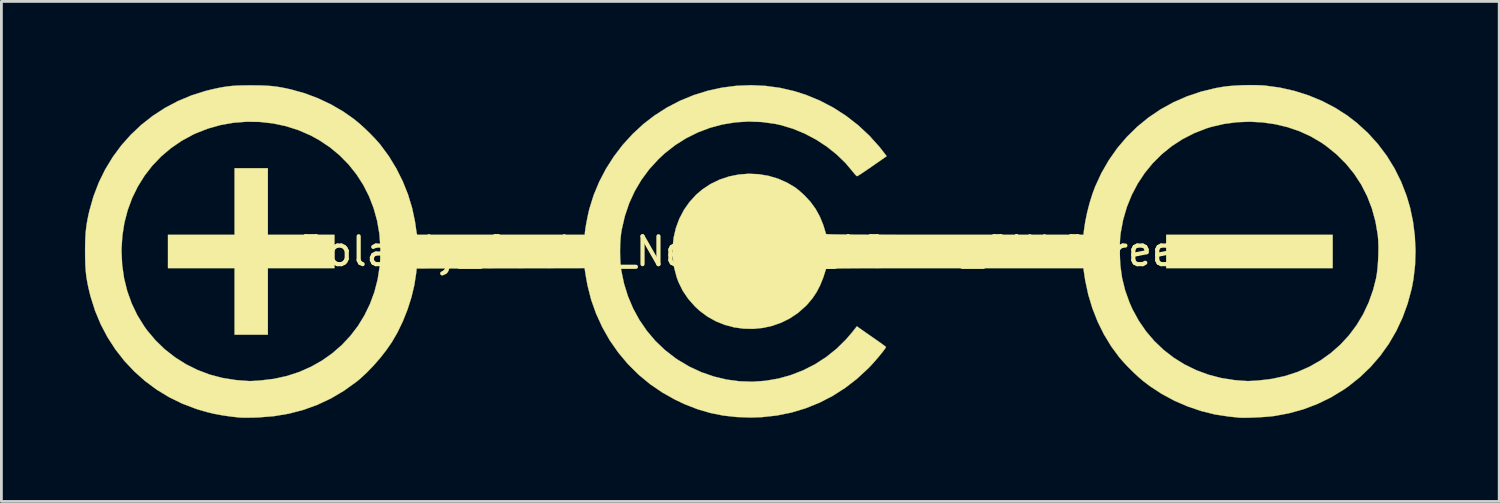
<source format=kicad_pcb>
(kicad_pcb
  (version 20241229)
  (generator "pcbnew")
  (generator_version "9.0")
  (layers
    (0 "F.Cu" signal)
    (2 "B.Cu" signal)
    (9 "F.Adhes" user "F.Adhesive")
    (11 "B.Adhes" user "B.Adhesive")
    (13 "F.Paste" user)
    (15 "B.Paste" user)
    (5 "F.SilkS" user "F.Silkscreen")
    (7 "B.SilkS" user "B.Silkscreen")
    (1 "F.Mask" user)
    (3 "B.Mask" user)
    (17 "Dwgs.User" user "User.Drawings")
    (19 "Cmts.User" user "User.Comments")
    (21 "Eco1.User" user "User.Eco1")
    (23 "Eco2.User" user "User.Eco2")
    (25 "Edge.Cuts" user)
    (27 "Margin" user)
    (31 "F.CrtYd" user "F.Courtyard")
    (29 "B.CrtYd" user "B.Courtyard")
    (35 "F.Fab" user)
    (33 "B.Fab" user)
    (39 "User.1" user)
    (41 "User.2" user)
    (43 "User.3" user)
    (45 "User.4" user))
  (footprint "Polarity_Center_Negative_12mm_SilkScreen"
    (layer "F.Cu")
    (at 23.873 5.977)
    (property "Reference" "Polarity_Center_Negative_12mm_SilkScreen" (at 0 0 0) (layer "F.SilkS") (effects (font (size 1 1) (thickness 0.15))))
    (attr exclude_from_pos_files exclude_from_bom allow_missing_courtyard)
    (fp_poly (pts (xy 20.918 0.598) (xy 14.941 0.598) (xy 14.941 -0.598) (xy 20.918 -0.598) (xy 20.918 0.598)) (stroke (width 0.01) (type solid)) (fill yes) (layer "F.SilkS"))
    (fp_poly (pts (xy -17.307 -0.598) (xy -14.916 -0.598) (xy -14.916 0.598) (xy -17.307 0.598) (xy -17.307 2.988) (xy -18.502 2.988) (xy -18.502 0.598) (xy -20.893 0.598) (xy -20.893 -0.598) (xy -18.502 -0.598) (xy -18.502 -2.988) (xy -17.307 -2.988) (xy -17.307 -0.598)) (stroke (width 0.01) (type solid)) (fill yes) (layer "F.SilkS"))
    (fp_poly (pts (xy 18.17 -5.97) (xy 18.386 -5.962) (xy 18.491 -5.954) (xy 19.023 -5.882) (xy 19.544 -5.764) (xy 20.051 -5.603) (xy 20.539 -5.401) (xy 21.004 -5.159) (xy 21.441 -4.88) (xy 21.789 -4.612) (xy 22.184 -4.251) (xy 22.541 -3.857) (xy 22.86 -3.433) (xy 23.138 -2.981) (xy 23.375 -2.504) (xy 23.569 -2.004) (xy 23.695 -1.581) (xy 23.801 -1.077) (xy 23.867 -0.558) (xy 23.892 -0.035) (xy 23.876 0.485) (xy 23.818 0.993) (xy 23.755 1.329) (xy 23.612 1.862) (xy 23.427 2.371) (xy 23.201 2.855) (xy 22.934 3.313) (xy 22.628 3.742) (xy 22.284 4.14) (xy 21.904 4.506) (xy 21.488 4.838) (xy 21.313 4.96) (xy 20.854 5.239) (xy 20.374 5.473) (xy 19.874 5.663) (xy 19.351 5.808) (xy 18.844 5.903) (xy 18.716 5.919) (xy 18.558 5.933) (xy 18.381 5.946) (xy 18.195 5.956) (xy 18.011 5.964) (xy 17.839 5.968) (xy 17.69 5.969) (xy 17.575 5.966) (xy 17.531 5.962) (xy 17.469 5.955) (xy 17.373 5.945) (xy 17.258 5.933) (xy 17.182 5.925) (xy 16.69 5.85) (xy 16.198 5.728) (xy 15.711 5.563) (xy 15.238 5.358) (xy 14.786 5.116) (xy 14.362 4.839) (xy 14.107 4.644) (xy 13.944 4.504) (xy 13.766 4.338) (xy 13.586 4.16) (xy 13.418 3.982) (xy 13.274 3.818) (xy 13.257 3.798) (xy 12.967 3.405) (xy 12.707 2.977) (xy 12.482 2.521) (xy 12.293 2.041) (xy 12.143 1.544) (xy 12.035 1.036) (xy 12.014 0.903) (xy 11.969 0.598) (xy 7.353 0.598) (xy 6.77 0.598) (xy 6.235 0.598) (xy 5.746 0.598) (xy 5.301 0.599) (xy 4.899 0.599) (xy 4.538 0.6) (xy 4.215 0.601) (xy 3.93 0.602) (xy 3.681 0.604) (xy 3.465 0.605) (xy 3.28 0.607) (xy 3.126 0.61) (xy 3 0.612) (xy 2.9 0.615) (xy 2.825 0.618) (xy 2.773 0.621) (xy 2.741 0.624) (xy 2.729 0.628) (xy 2.729 0.629) (xy 2.628 0.944) (xy 2.517 1.218) (xy 2.391 1.46) (xy 2.244 1.68) (xy 2.071 1.887) (xy 1.993 1.968) (xy 1.725 2.205) (xy 1.433 2.401) (xy 1.122 2.556) (xy 0.795 2.671) (xy 0.458 2.745) (xy 0.116 2.778) (xy -0.229 2.771) (xy -0.57 2.724) (xy -0.903 2.635) (xy -1.224 2.506) (xy -1.528 2.337) (xy -1.811 2.126) (xy -1.975 1.974) (xy -2.217 1.7) (xy -2.413 1.411) (xy -2.565 1.102) (xy -2.627 0.936) (xy -2.723 0.576) (xy -2.773 0.214) (xy -2.776 0.009) (xy 13.273 0.009) (xy 13.294 0.49) (xy 13.358 0.95) (xy 13.467 1.394) (xy 13.621 1.827) (xy 13.733 2.079) (xy 13.958 2.49) (xy 14.221 2.871) (xy 14.519 3.22) (xy 14.85 3.535) (xy 15.211 3.814) (xy 15.6 4.056) (xy 16.013 4.259) (xy 16.449 4.421) (xy 16.905 4.541) (xy 17.378 4.617) (xy 17.655 4.64) (xy 17.745 4.645) (xy 17.824 4.65) (xy 17.855 4.652) (xy 17.902 4.652) (xy 17.988 4.648) (xy 18.1 4.642) (xy 18.229 4.634) (xy 18.257 4.632) (xy 18.746 4.573) (xy 19.215 4.47) (xy 19.663 4.324) (xy 20.086 4.137) (xy 20.484 3.91) (xy 20.853 3.647) (xy 21.193 3.347) (xy 21.501 3.014) (xy 21.775 2.648) (xy 22.013 2.252) (xy 22.212 1.828) (xy 22.372 1.376) (xy 22.475 0.971) (xy 22.507 0.784) (xy 22.532 0.562) (xy 22.549 0.318) (xy 22.559 0.066) (xy 22.561 -0.18) (xy 22.553 -0.406) (xy 22.538 -0.591) (xy 22.454 -1.078) (xy 22.327 -1.543) (xy 22.156 -1.985) (xy 21.943 -2.401) (xy 21.689 -2.79) (xy 21.394 -3.152) (xy 21.059 -3.485) (xy 20.684 -3.788) (xy 20.519 -3.903) (xy 20.138 -4.128) (xy 19.731 -4.315) (xy 19.302 -4.462) (xy 18.857 -4.568) (xy 18.401 -4.634) (xy 17.938 -4.658) (xy 17.475 -4.64) (xy 17.016 -4.578) (xy 16.567 -4.474) (xy 16.385 -4.418) (xy 15.943 -4.245) (xy 15.527 -4.032) (xy 15.141 -3.781) (xy 14.785 -3.493) (xy 14.461 -3.172) (xy 14.172 -2.819) (xy 13.919 -2.437) (xy 13.704 -2.028) (xy 13.529 -1.595) (xy 13.396 -1.139) (xy 13.307 -0.664) (xy 13.299 -0.598) (xy 13.289 -0.496) (xy 13.282 -0.359) (xy 13.276 -0.204) (xy 13.273 -0.045) (xy 13.273 0.009) (xy -2.776 0.009) (xy -2.778 -0.146) (xy -2.739 -0.501) (xy -2.658 -0.846) (xy -2.535 -1.176) (xy -2.373 -1.487) (xy -2.171 -1.775) (xy -1.932 -2.036) (xy -1.711 -2.225) (xy -1.411 -2.423) (xy -1.091 -2.578) (xy -0.754 -2.691) (xy -0.405 -2.761) (xy -0.05 -2.789) (xy 0.306 -2.774) (xy 0.658 -2.716) (xy 1.002 -2.615) (xy 1.332 -2.47) (xy 1.606 -2.308) (xy 1.688 -2.247) (xy 1.79 -2.163) (xy 1.896 -2.069) (xy 1.961 -2.009) (xy 2.176 -1.776) (xy 2.357 -1.526) (xy 2.508 -1.252) (xy 2.633 -0.946) (xy 2.729 -0.629) (xy 2.739 -0.625) (xy 2.768 -0.621) (xy 2.818 -0.618) (xy 2.89 -0.615) (xy 2.987 -0.612) (xy 3.11 -0.61) (xy 3.26 -0.608) (xy 3.441 -0.606) (xy 3.653 -0.604) (xy 3.898 -0.603) (xy 4.179 -0.601) (xy 4.497 -0.6) (xy 4.853 -0.599) (xy 5.25 -0.599) (xy 5.689 -0.598) (xy 6.173 -0.598) (xy 6.702 -0.598) (xy 7.279 -0.598) (xy 7.355 -0.598) (xy 11.973 -0.598) (xy 11.99 -0.753) (xy 12.036 -1.066) (xy 12.105 -1.401) (xy 12.193 -1.741) (xy 12.295 -2.068) (xy 12.391 -2.326) (xy 12.618 -2.817) (xy 12.884 -3.278) (xy 13.187 -3.71) (xy 13.526 -4.108) (xy 13.898 -4.473) (xy 14.301 -4.803) (xy 14.733 -5.096) (xy 15.193 -5.35) (xy 15.678 -5.563) (xy 16.186 -5.735) (xy 16.715 -5.864) (xy 17.017 -5.916) (xy 17.208 -5.938) (xy 17.433 -5.955) (xy 17.679 -5.967) (xy 17.929 -5.972) (xy 18.17 -5.97)) (stroke (width 0.01) (type solid)) (fill yes) (layer "F.SilkS"))
    (fp_poly (pts (xy 0.563 -5.943) (xy 1.084 -5.872) (xy 1.598 -5.753) (xy 2.005 -5.623) (xy 2.511 -5.414) (xy 2.995 -5.161) (xy 3.453 -4.866) (xy 3.884 -4.531) (xy 4.284 -4.158) (xy 4.652 -3.749) (xy 4.839 -3.509) (xy 4.905 -3.42) (xy 4.39 -3.061) (xy 4.248 -2.963) (xy 4.118 -2.875) (xy 4.007 -2.801) (xy 3.921 -2.745) (xy 3.864 -2.711) (xy 3.845 -2.702) (xy 3.816 -2.72) (xy 3.769 -2.769) (xy 3.715 -2.836) (xy 3.432 -3.173) (xy 3.11 -3.484) (xy 2.755 -3.767) (xy 2.373 -4.017) (xy 1.97 -4.23) (xy 1.552 -4.403) (xy 1.124 -4.533) (xy 0.906 -4.581) (xy 0.43 -4.647) (xy -0.046 -4.665) (xy -0.516 -4.636) (xy -0.979 -4.561) (xy -1.43 -4.441) (xy -1.867 -4.276) (xy -2.285 -4.069) (xy -2.682 -3.819) (xy -3.054 -3.529) (xy -3.287 -3.312) (xy -3.616 -2.952) (xy -3.9 -2.567) (xy -4.141 -2.159) (xy -4.338 -1.727) (xy -4.492 -1.27) (xy -4.603 -0.789) (xy -4.623 -0.672) (xy -4.645 -0.48) (xy -4.659 -0.256) (xy -4.664 -0.015) (xy -4.66 0.227) (xy -4.647 0.454) (xy -4.626 0.65) (xy -4.623 0.669) (xy -4.523 1.15) (xy -4.38 1.611) (xy -4.194 2.05) (xy -3.967 2.464) (xy -3.701 2.851) (xy -3.398 3.209) (xy -3.059 3.534) (xy -2.685 3.824) (xy -2.59 3.889) (xy -2.174 4.135) (xy -1.742 4.336) (xy -1.295 4.49) (xy -0.839 4.599) (xy -0.375 4.661) (xy 0.093 4.676) (xy 0.561 4.643) (xy 1.027 4.562) (xy 1.455 4.443) (xy 1.906 4.269) (xy 2.334 4.051) (xy 2.735 3.792) (xy 3.108 3.494) (xy 3.449 3.158) (xy 3.654 2.919) (xy 3.839 2.687) (xy 3.955 2.771) (xy 4.013 2.811) (xy 4.102 2.874) (xy 4.215 2.953) (xy 4.343 3.042) (xy 4.476 3.134) (xy 4.6 3.221) (xy 4.709 3.298) (xy 4.796 3.362) (xy 4.855 3.407) (xy 4.88 3.429) (xy 4.881 3.43) (xy 4.865 3.464) (xy 4.821 3.528) (xy 4.754 3.615) (xy 4.671 3.718) (xy 4.577 3.831) (xy 4.477 3.946) (xy 4.377 4.058) (xy 4.282 4.159) (xy 4.247 4.195) (xy 3.843 4.569) (xy 3.414 4.9) (xy 2.963 5.188) (xy 2.49 5.431) (xy 1.997 5.63) (xy 1.488 5.783) (xy 0.963 5.889) (xy 0.424 5.948) (xy 0.025 5.961) (xy -0.483 5.943) (xy -0.963 5.89) (xy -1.424 5.797) (xy -1.876 5.665) (xy -2.327 5.49) (xy -2.671 5.329) (xy -3.143 5.065) (xy -3.587 4.762) (xy -4 4.42) (xy -4.38 4.043) (xy -4.725 3.632) (xy -5.033 3.191) (xy -5.3 2.721) (xy -5.524 2.232) (xy -5.7 1.736) (xy -5.83 1.226) (xy -5.882 0.945) (xy -5.938 0.597) (xy -8.952 0.604) (xy -11.965 0.61) (xy -11.984 0.784) (xy -12.049 1.206) (xy -12.153 1.642) (xy -12.292 2.079) (xy -12.461 2.505) (xy -12.656 2.91) (xy -12.861 3.262) (xy -13.055 3.542) (xy -13.276 3.825) (xy -13.516 4.1) (xy -13.763 4.355) (xy -14.009 4.581) (xy -14.127 4.677) (xy -14.573 4.998) (xy -15.038 5.273) (xy -15.523 5.502) (xy -16.027 5.685) (xy -16.55 5.822) (xy -17.092 5.913) (xy -17.653 5.958) (xy -17.768 5.962) (xy -17.92 5.965) (xy -18.061 5.966) (xy -18.182 5.966) (xy -18.272 5.964) (xy -18.315 5.962) (xy -18.653 5.924) (xy -18.953 5.88) (xy -19.229 5.829) (xy -19.492 5.766) (xy -19.756 5.691) (xy -19.884 5.65) (xy -20.38 5.462) (xy -20.852 5.231) (xy -21.298 4.96) (xy -21.715 4.651) (xy -22.102 4.306) (xy -22.457 3.929) (xy -22.777 3.52) (xy -23.061 3.082) (xy -23.306 2.617) (xy -23.51 2.128) (xy -23.671 1.617) (xy -23.704 1.489) (xy -23.756 1.269) (xy -23.795 1.071) (xy -23.825 0.884) (xy -23.846 0.695) (xy -23.859 0.493) (xy -23.866 0.265) (xy -23.868 0) (xy -23.868 -0.012) (xy -22.561 -0.012) (xy -22.538 0.482) (xy -22.469 0.962) (xy -22.355 1.424) (xy -22.196 1.866) (xy -21.994 2.288) (xy -21.748 2.685) (xy -21.643 2.831) (xy -21.342 3.189) (xy -21.007 3.513) (xy -20.641 3.799) (xy -20.249 4.047) (xy -19.833 4.254) (xy -19.397 4.419) (xy -18.943 4.539) (xy -18.476 4.614) (xy -18.29 4.631) (xy -18.174 4.639) (xy -18.072 4.646) (xy -17.998 4.651) (xy -17.967 4.653) (xy -17.924 4.652) (xy -17.843 4.649) (xy -17.734 4.642) (xy -17.606 4.634) (xy -17.57 4.631) (xy -17.086 4.573) (xy -16.621 4.47) (xy -16.177 4.325) (xy -15.757 4.139) (xy -15.362 3.916) (xy -14.994 3.656) (xy -14.656 3.362) (xy -14.35 3.037) (xy -14.077 2.681) (xy -13.841 2.297) (xy -13.642 1.888) (xy -13.482 1.455) (xy -13.365 1.001) (xy -13.292 0.527) (xy -13.276 0.336) (xy -13.267 -0.157) (xy -13.304 -0.638) (xy -13.385 -1.104) (xy -13.509 -1.552) (xy -13.675 -1.981) (xy -13.881 -2.388) (xy -14.127 -2.77) (xy -14.41 -3.125) (xy -14.729 -3.45) (xy -15.083 -3.743) (xy -15.471 -4.001) (xy -15.776 -4.168) (xy -16.209 -4.356) (xy -16.66 -4.499) (xy -17.122 -4.597) (xy -17.592 -4.65) (xy -18.066 -4.658) (xy -18.538 -4.621) (xy -19.004 -4.539) (xy -19.46 -4.411) (xy -19.9 -4.238) (xy -19.991 -4.196) (xy -20.406 -3.97) (xy -20.789 -3.707) (xy -21.139 -3.41) (xy -21.455 -3.08) (xy -21.734 -2.72) (xy -21.975 -2.333) (xy -22.177 -1.922) (xy -22.338 -1.488) (xy -22.457 -1.034) (xy -22.531 -0.563) (xy -22.561 -0.078) (xy -22.561 -0.012) (xy -23.868 -0.012) (xy -23.866 -0.265) (xy -23.859 -0.493) (xy -23.846 -0.695) (xy -23.825 -0.883) (xy -23.796 -1.071) (xy -23.757 -1.27) (xy -23.715 -1.457) (xy -23.568 -1.975) (xy -23.378 -2.472) (xy -23.146 -2.944) (xy -22.875 -3.39) (xy -22.567 -3.807) (xy -22.223 -4.194) (xy -21.846 -4.548) (xy -21.439 -4.868) (xy -21.002 -5.152) (xy -20.538 -5.397) (xy -20.048 -5.602) (xy -19.536 -5.764) (xy -19.299 -5.822) (xy -19.094 -5.867) (xy -18.913 -5.901) (xy -18.744 -5.926) (xy -18.574 -5.944) (xy -18.393 -5.955) (xy -18.188 -5.961) (xy -17.948 -5.963) (xy -17.892 -5.963) (xy -17.625 -5.961) (xy -17.396 -5.953) (xy -17.191 -5.939) (xy -16.999 -5.917) (xy -16.807 -5.886) (xy -16.602 -5.844) (xy -16.462 -5.812) (xy -15.975 -5.675) (xy -15.497 -5.494) (xy -15.034 -5.274) (xy -14.596 -5.019) (xy -14.215 -4.751) (xy -14.034 -4.603) (xy -13.839 -4.428) (xy -13.643 -4.239) (xy -13.459 -4.049) (xy -13.3 -3.87) (xy -13.261 -3.822) (xy -12.962 -3.416) (xy -12.696 -2.979) (xy -12.466 -2.519) (xy -12.275 -2.043) (xy -12.128 -1.557) (xy -12.025 -1.07) (xy -12.003 -0.921) (xy -11.989 -0.817) (xy -11.976 -0.726) (xy -11.966 -0.664) (xy -11.964 -0.654) (xy -11.952 -0.598) (xy -5.927 -0.598) (xy -5.927 -0.657) (xy -5.921 -0.721) (xy -5.907 -0.823) (xy -5.886 -0.951) (xy -5.859 -1.095) (xy -5.83 -1.242) (xy -5.8 -1.383) (xy -5.771 -1.507) (xy -5.765 -1.529) (xy -5.612 -2.021) (xy -5.412 -2.501) (xy -5.17 -2.965) (xy -4.887 -3.408) (xy -4.567 -3.827) (xy -4.212 -4.216) (xy -3.826 -4.573) (xy -3.435 -4.875) (xy -2.985 -5.164) (xy -2.513 -5.409) (xy -2.024 -5.61) (xy -1.521 -5.767) (xy -1.007 -5.88) (xy -0.486 -5.947) (xy 0.038 -5.968) (xy 0.563 -5.943)) (stroke (width 0.01) (type solid)) (fill yes) (layer "F.SilkS")))
  (gr_rect
    (start -3 -3)
    (end 50.769 14.951)
    (stroke (width 0.1) (type default))
    (fill no)
    (layer "Edge.Cuts")))
</source>
